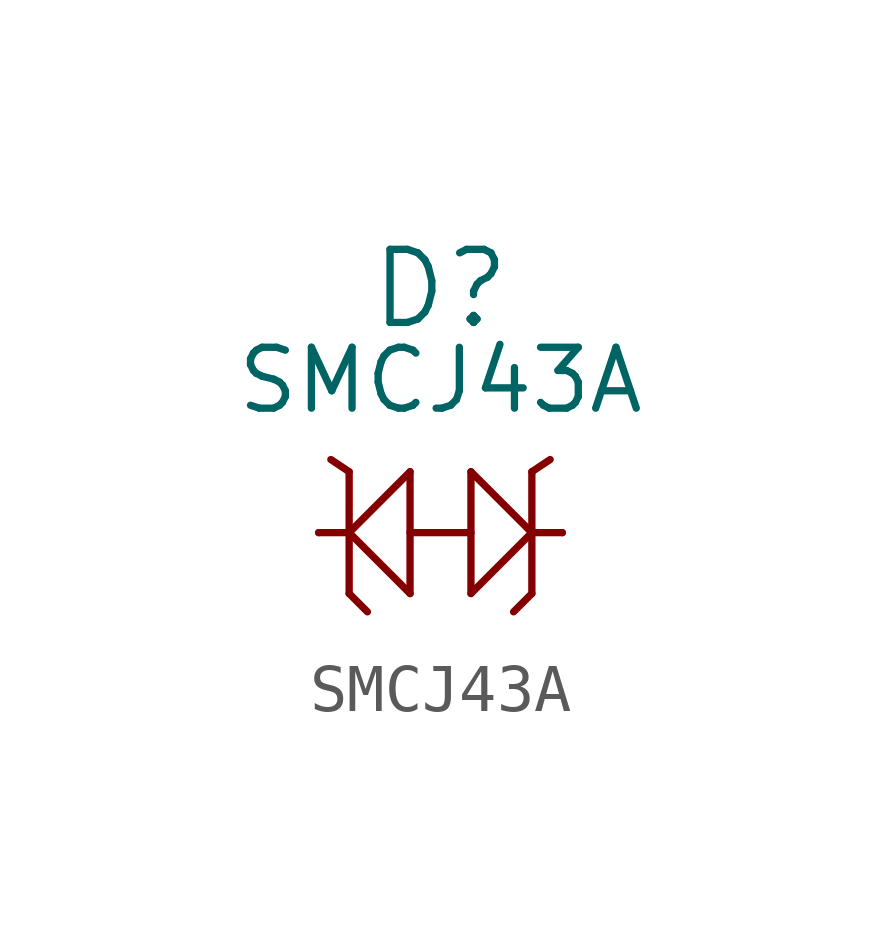
<source format=kicad_sym>
(kicad_symbol_lib
  (version 20220914)
  (generator kicad_symbol_editor)
  (symbol "SMCJ43A"
    (pin_numbers hide)
    (pin_names
      (offset 1.016) hide)
    (property "Reference" "D"
      (at 2.54 5.08 0)
      (effects (font (size 1.524 1.524))))
    (property "Value" "SMCJ43A"
      (at 2.54 3.175 0)
      (effects (font (size 1.27 1.27))))
    (symbol "SMCJ43A_0_1"
      (polyline (pts (xy 0 0) (xy 0.635 0)) (stroke (width 0) (type solid)) (fill (type none)))
      (polyline (pts (xy 0.254 1.524) (xy 0.635 1.27)) (stroke (width 0) (type solid)) (fill (type none)))
      (polyline (pts (xy 0.635 -1.27) (xy 1.016 -1.651)) (stroke (width 0) (type solid)) (fill (type none)))
      (polyline (pts (xy 0.635 1.27) (xy 0.635 -1.27)) (stroke (width 0) (type solid)) (fill (type none)))
      (polyline (pts (xy 1.905 1.27) (xy 1.905 -1.27)) (stroke (width 0) (type solid)) (fill (type none)))
      (polyline (pts (xy 3.175 0) (xy 1.905 0)) (stroke (width 0) (type solid)) (fill (type none)))
      (polyline (pts (xy 3.175 1.27) (xy 3.175 -1.27)) (stroke (width 0) (type solid)) (fill (type none)))
      (polyline (pts (xy 4.445 -1.27) (xy 4.064 -1.651)) (stroke (width 0) (type solid)) (fill (type none)))
      (polyline (pts (xy 4.445 1.27) (xy 4.445 -1.27)) (stroke (width 0) (type solid)) (fill (type none)))
      (polyline (pts (xy 4.826 1.524) (xy 4.445 1.27)) (stroke (width 0) (type solid)) (fill (type none)))
      (polyline (pts (xy 5.08 0) (xy 4.445 0)) (stroke (width 0) (type solid)) (fill (type none)))
      (polyline (pts (xy 1.905 1.27) (xy 0.635 0) (xy 1.905 -1.27)) (stroke (width 0) (type solid)) (fill (type none)))
      (polyline (pts (xy 3.175 1.27) (xy 4.445 0) (xy 3.175 -1.27)) (stroke (width 0) (type solid)) (fill (type none))))
    (symbol "SMCJ43A_1_1"
      (pin passive line (at 0 0 0) (length 0) (name "A" (effects (font (size 1.27 1.27)))) (number "A" (effects (font (size 1.27 1.27)))))
      (pin passive line (at 5.08 0 180) (length 0) (name "C" (effects (font (size 1.27 1.27)))) (number "C" (effects (font (size 1.27 1.27))))))))
</source>
